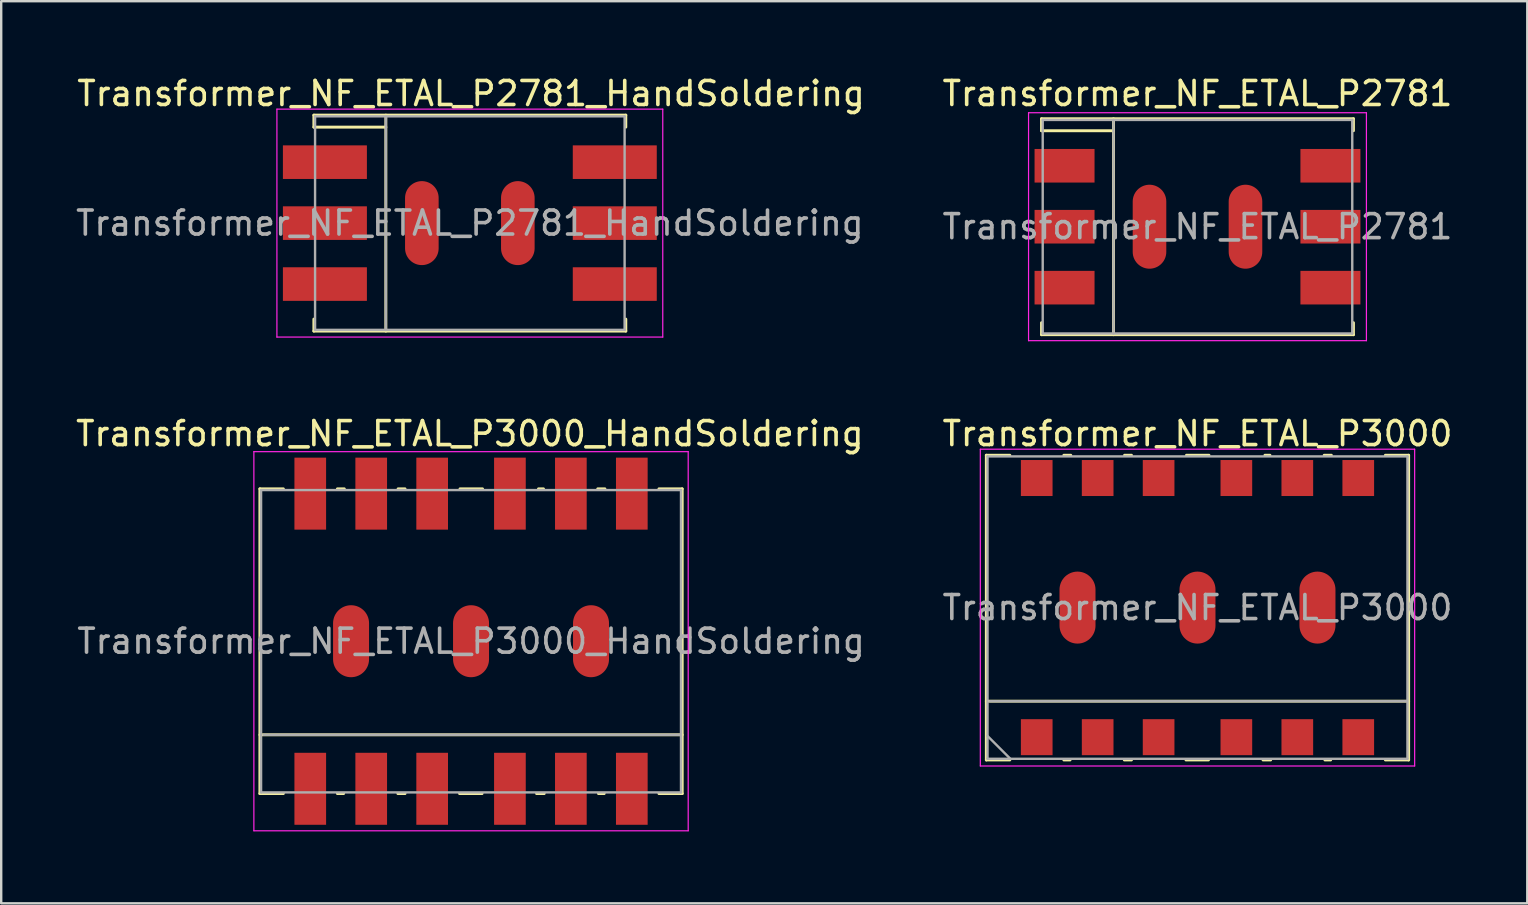
<source format=kicad_pcb>
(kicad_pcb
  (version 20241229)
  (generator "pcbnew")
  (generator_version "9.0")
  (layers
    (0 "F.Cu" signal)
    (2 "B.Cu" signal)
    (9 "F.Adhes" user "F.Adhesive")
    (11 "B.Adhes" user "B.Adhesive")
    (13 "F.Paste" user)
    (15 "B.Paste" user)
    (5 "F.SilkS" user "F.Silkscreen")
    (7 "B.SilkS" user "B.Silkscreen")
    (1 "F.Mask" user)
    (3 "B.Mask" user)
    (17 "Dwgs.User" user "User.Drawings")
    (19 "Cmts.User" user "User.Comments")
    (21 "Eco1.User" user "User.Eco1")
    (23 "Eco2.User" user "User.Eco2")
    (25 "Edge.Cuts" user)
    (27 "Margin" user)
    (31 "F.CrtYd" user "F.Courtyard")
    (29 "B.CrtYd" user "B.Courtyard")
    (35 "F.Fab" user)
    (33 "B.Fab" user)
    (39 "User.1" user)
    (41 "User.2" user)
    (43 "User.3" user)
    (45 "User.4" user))
  (footprint "Transformer_NF_ETAL_P2781_HandSoldering"
    (layer "F.Cu")
    (at 16.53 6.248)
    (property "Reference" "Transformer_NF_ETAL_P2781_HandSoldering" (at 0.05 -5.4 0) (layer "F.SilkS") (effects (font (size 1 1) (thickness 0.15))))
    (attr smd)
    (fp_line (start -6.5 -4.5) (end -6.5 -4) (stroke (width 0.12) (type solid)) (layer "F.SilkS"))
    (fp_line (start -6.5 -4.5) (end 6.5 -4.5) (stroke (width 0.12) (type solid)) (layer "F.SilkS"))
    (fp_line (start -6.5 -4) (end -3.5 -4) (stroke (width 0.12) (type solid)) (layer "F.SilkS"))
    (fp_line (start -6.5 4.5) (end -6.5 4) (stroke (width 0.12) (type solid)) (layer "F.SilkS"))
    (fp_line (start -3.5 -4.5) (end -3.5 4.5) (stroke (width 0.12) (type solid)) (layer "F.SilkS"))
    (fp_line (start 6.5 -4.5) (end 6.5 -4) (stroke (width 0.12) (type solid)) (layer "F.SilkS"))
    (fp_line (start 6.5 4.5) (end -6.5 4.5) (stroke (width 0.12) (type solid)) (layer "F.SilkS"))
    (fp_line (start 6.5 4.5) (end 6.5 4) (stroke (width 0.12) (type solid)) (layer "F.SilkS"))
    (fp_line (start -8.04 -4.75) (end -8.04 4.75) (stroke (width 0.05) (type solid)) (layer "F.CrtYd"))
    (fp_line (start -8.04 -4.75) (end 8.04 -4.75) (stroke (width 0.05) (type solid)) (layer "F.CrtYd"))
    (fp_line (start 8.04 4.75) (end -8.04 4.75) (stroke (width 0.05) (type solid)) (layer "F.CrtYd"))
    (fp_line (start 8.04 4.75) (end 8.04 -4.75) (stroke (width 0.05) (type solid)) (layer "F.CrtYd"))
    (fp_line (start -6.45 -4.45) (end -6.45 4.45) (stroke (width 0.1) (type solid)) (layer "F.Fab"))
    (fp_line (start -6.45 4.45) (end 6.45 4.45) (stroke (width 0.1) (type solid)) (layer "F.Fab"))
    (fp_line (start -3.5 -4.4) (end -3.5 4.45) (stroke (width 0.1) (type solid)) (layer "F.Fab"))
    (fp_line (start 6.45 -4.45) (end -6.45 -4.45) (stroke (width 0.1) (type solid)) (layer "F.Fab"))
    (fp_line (start 6.45 4.45) (end 6.45 -4.45) (stroke (width 0.1) (type solid)) (layer "F.Fab"))
    (fp_text user "${REFERENCE}" (at 0 0 0) (layer "F.Fab") (effects (font (size 1 1) (thickness 0.15))))
    (pad "1" smd rect (at -6.04 -2.54) (size 3.5 1.4) (layers "F.Cu" "F.Mask" "F.Paste"))
    (pad "2" smd rect (at -6.04 0) (size 3.5 1.4) (layers "F.Cu" "F.Mask" "F.Paste"))
    (pad "3" smd rect (at -6.04 2.54) (size 3.5 1.4) (layers "F.Cu" "F.Mask" "F.Paste"))
    (pad "4" smd rect (at 6.04 2.54) (size 3.5 1.4) (layers "F.Cu" "F.Mask" "F.Paste"))
    (pad "5" smd rect (at 6.04 0) (size 3.5 1.4) (layers "F.Cu" "F.Mask" "F.Paste"))
    (pad "6" smd rect (at 6.04 -2.54) (size 3.5 1.4) (layers "F.Cu" "F.Mask" "F.Paste"))
    (pad "7" smd oval (at -2 0 90) (size 3.5 1.4) (layers "F.Cu" "F.Mask" "F.Paste"))
    (pad "7" smd oval (at 2 0 90) (size 3.5 1.4) (layers "F.Cu" "F.Mask" "F.Paste")))
  (footprint "Transformer_NF_ETAL_P3000_HandSoldering"
    (layer "F.Cu")
    (at 16.58 23.672)
    (property "Reference" "Transformer_NF_ETAL_P3000_HandSoldering" (at -0.05 -8.65 0) (layer "F.SilkS") (effects (font (size 1 1) (thickness 0.15))))
    (attr smd)
    (fp_line (start -8.8 -6.35) (end -7.82 -6.35) (stroke (width 0.12) (type solid)) (layer "F.SilkS"))
    (fp_line (start -8.8 6.35) (end -8.8 -6.35) (stroke (width 0.12) (type solid)) (layer "F.SilkS"))
    (fp_line (start -7.82 6.35) (end -8.8 6.35) (stroke (width 0.12) (type solid)) (layer "F.SilkS"))
    (fp_line (start -5.57 -6.35) (end -5.28 -6.35) (stroke (width 0.12) (type solid)) (layer "F.SilkS"))
    (fp_line (start -5.31 6.35) (end -5.57 6.35) (stroke (width 0.12) (type solid)) (layer "F.SilkS"))
    (fp_line (start -3.04 -6.35) (end -2.75 -6.35) (stroke (width 0.12) (type solid)) (layer "F.SilkS"))
    (fp_line (start -2.75 6.35) (end -3.05 6.35) (stroke (width 0.12) (type solid)) (layer "F.SilkS"))
    (fp_line (start -0.46 -6.35) (end 0.48 -6.35) (stroke (width 0.12) (type solid)) (layer "F.SilkS"))
    (fp_line (start 0.46 6.35) (end -0.48 6.35) (stroke (width 0.12) (type solid)) (layer "F.SilkS"))
    (fp_line (start 2.81 -6.35) (end 3.02 -6.35) (stroke (width 0.12) (type solid)) (layer "F.SilkS"))
    (fp_line (start 3.05 6.35) (end 2.73 6.35) (stroke (width 0.12) (type solid)) (layer "F.SilkS"))
    (fp_line (start 5.28 -6.35) (end 5.58 -6.35) (stroke (width 0.12) (type solid)) (layer "F.SilkS"))
    (fp_line (start 5.55 6.35) (end 5.31 6.35) (stroke (width 0.12) (type solid)) (layer "F.SilkS"))
    (fp_line (start 8.8 -6.35) (end 7.83 -6.35) (stroke (width 0.12) (type solid)) (layer "F.SilkS"))
    (fp_line (start 8.8 -6.35) (end 8.8 6.35) (stroke (width 0.12) (type solid)) (layer "F.SilkS"))
    (fp_line (start 8.8 3.9) (end -8.8 3.9) (stroke (width 0.12) (type solid)) (layer "F.SilkS"))
    (fp_line (start 8.8 6.35) (end 7.83 6.35) (stroke (width 0.12) (type solid)) (layer "F.SilkS"))
    (fp_line (start -9.05 -7.9) (end -9.05 7.9) (stroke (width 0.05) (type solid)) (layer "F.CrtYd"))
    (fp_line (start -9.05 -7.9) (end 9.05 -7.9) (stroke (width 0.05) (type solid)) (layer "F.CrtYd"))
    (fp_line (start 9.05 7.9) (end -9.05 7.9) (stroke (width 0.05) (type solid)) (layer "F.CrtYd"))
    (fp_line (start 9.05 7.9) (end 9.05 -7.9) (stroke (width 0.05) (type solid)) (layer "F.CrtYd"))
    (fp_line (start -8.75 -6.3) (end 8.75 -6.3) (stroke (width 0.1) (type solid)) (layer "F.Fab"))
    (fp_line (start -8.75 6.3) (end -8.75 -6.3) (stroke (width 0.1) (type solid)) (layer "F.Fab"))
    (fp_line (start -8.65 3.9) (end 8.7 3.9) (stroke (width 0.1) (type solid)) (layer "F.Fab"))
    (fp_line (start 8.75 -6.3) (end 8.75 6.3) (stroke (width 0.1) (type solid)) (layer "F.Fab"))
    (fp_line (start 8.75 6.3) (end -8.75 6.3) (stroke (width 0.1) (type solid)) (layer "F.Fab"))
    (fp_text user "${REFERENCE}" (at 0 0 0) (layer "F.Fab") (effects (font (size 1 1) (thickness 0.15))))
    (pad "1" smd rect (at -6.7 6.15) (size 1.32 3) (layers "F.Cu" "F.Mask" "F.Paste"))
    (pad "2" smd rect (at -4.16 6.15) (size 1.32 3) (layers "F.Cu" "F.Mask" "F.Paste"))
    (pad "3" smd rect (at -1.62 6.15) (size 1.32 3) (layers "F.Cu" "F.Mask" "F.Paste"))
    (pad "4" smd rect (at 1.62 6.15) (size 1.32 3) (layers "F.Cu" "F.Mask" "F.Paste"))
    (pad "5" smd rect (at 4.16 6.15) (size 1.32 3) (layers "F.Cu" "F.Mask" "F.Paste"))
    (pad "6" smd rect (at 6.7 6.15) (size 1.32 3) (layers "F.Cu" "F.Mask" "F.Paste"))
    (pad "7" smd rect (at 6.7 -6.15) (size 1.32 3) (layers "F.Cu" "F.Mask" "F.Paste"))
    (pad "8" smd rect (at 4.16 -6.15) (size 1.32 3) (layers "F.Cu" "F.Mask" "F.Paste"))
    (pad "9" smd rect (at 1.62 -6.15) (size 1.32 3) (layers "F.Cu" "F.Mask" "F.Paste"))
    (pad "10" smd rect (at -1.62 -6.15) (size 1.32 3) (layers "F.Cu" "F.Mask" "F.Paste"))
    (pad "11" smd rect (at -4.16 -6.15) (size 1.32 3) (layers "F.Cu" "F.Mask" "F.Paste"))
    (pad "12" smd rect (at -6.7 -6.15) (size 1.32 3) (layers "F.Cu" "F.Mask" "F.Paste"))
    (pad "13" smd oval (at -5 0) (size 1.5 3) (layers "F.Cu" "F.Mask" "F.Paste"))
    (pad "13" smd oval (at 0 0) (size 1.5 3) (layers "F.Cu" "F.Mask" "F.Paste"))
    (pad "13" smd oval (at 5 0) (size 1.5 3) (layers "F.Cu" "F.Mask" "F.Paste")))
  (footprint "Transformer_NF_ETAL_P3000"
    (layer "F.Cu")
    (at 46.854 22.271)
    (property "Reference" "Transformer_NF_ETAL_P3000" (at 0 -7.25 0) (layer "F.SilkS") (effects (font (size 1 1) (thickness 0.15))))
    (attr smd)
    (fp_line (start -8.8 -6.35) (end -7.82 -6.35) (stroke (width 0.12) (type solid)) (layer "F.SilkS"))
    (fp_line (start -8.8 6.35) (end -8.8 -6.35) (stroke (width 0.12) (type solid)) (layer "F.SilkS"))
    (fp_line (start -7.82 6.35) (end -8.8 6.35) (stroke (width 0.12) (type solid)) (layer "F.SilkS"))
    (fp_line (start -5.57 -6.35) (end -5.28 -6.35) (stroke (width 0.12) (type solid)) (layer "F.SilkS"))
    (fp_line (start -5.31 6.35) (end -5.57 6.35) (stroke (width 0.12) (type solid)) (layer "F.SilkS"))
    (fp_line (start -3.04 -6.35) (end -2.75 -6.35) (stroke (width 0.12) (type solid)) (layer "F.SilkS"))
    (fp_line (start -2.75 6.35) (end -3.05 6.35) (stroke (width 0.12) (type solid)) (layer "F.SilkS"))
    (fp_line (start -0.46 -6.35) (end 0.48 -6.35) (stroke (width 0.12) (type solid)) (layer "F.SilkS"))
    (fp_line (start 0.46 6.35) (end -0.48 6.35) (stroke (width 0.12) (type solid)) (layer "F.SilkS"))
    (fp_line (start 2.81 -6.35) (end 3.02 -6.35) (stroke (width 0.12) (type solid)) (layer "F.SilkS"))
    (fp_line (start 3.05 6.35) (end 2.73 6.35) (stroke (width 0.12) (type solid)) (layer "F.SilkS"))
    (fp_line (start 5.28 -6.35) (end 5.58 -6.35) (stroke (width 0.12) (type solid)) (layer "F.SilkS"))
    (fp_line (start 5.55 6.35) (end 5.31 6.35) (stroke (width 0.12) (type solid)) (layer "F.SilkS"))
    (fp_line (start 8.8 -6.35) (end 7.83 -6.35) (stroke (width 0.12) (type solid)) (layer "F.SilkS"))
    (fp_line (start 8.8 -6.35) (end 8.8 6.35) (stroke (width 0.12) (type solid)) (layer "F.SilkS"))
    (fp_line (start 8.8 3.9) (end -8.8 3.9) (stroke (width 0.12) (type solid)) (layer "F.SilkS"))
    (fp_line (start 8.8 6.35) (end 7.83 6.35) (stroke (width 0.12) (type solid)) (layer "F.SilkS"))
    (fp_line (start -9.05 -6.6) (end -9.05 6.6) (stroke (width 0.05) (type solid)) (layer "F.CrtYd"))
    (fp_line (start -9.05 -6.6) (end 9.05 -6.6) (stroke (width 0.05) (type solid)) (layer "F.CrtYd"))
    (fp_line (start 9.05 6.6) (end -9.05 6.6) (stroke (width 0.05) (type solid)) (layer "F.CrtYd"))
    (fp_line (start 9.05 6.6) (end 9.05 -6.6) (stroke (width 0.05) (type solid)) (layer "F.CrtYd"))
    (fp_line (start -8.75 -6.3) (end 8.75 -6.3) (stroke (width 0.1) (type solid)) (layer "F.Fab"))
    (fp_line (start -8.75 6.3) (end -8.75 -6.3) (stroke (width 0.1) (type solid)) (layer "F.Fab"))
    (fp_line (start -8.65 3.9) (end 8.7 3.9) (stroke (width 0.1) (type solid)) (layer "F.Fab"))
    (fp_line (start -7.8 6.3) (end -8.75 5.35) (stroke (width 0.1) (type solid)) (layer "F.Fab"))
    (fp_line (start 8.75 -6.3) (end 8.75 6.3) (stroke (width 0.1) (type solid)) (layer "F.Fab"))
    (fp_line (start 8.75 6.3) (end -8.75 6.3) (stroke (width 0.1) (type solid)) (layer "F.Fab"))
    (fp_text user "${REFERENCE}" (at 0 0 0) (layer "F.Fab") (effects (font (size 1 1) (thickness 0.15))))
    (pad "1" smd rect (at -6.7 5.4) (size 1.32 1.5) (layers "F.Cu" "F.Mask" "F.Paste"))
    (pad "2" smd rect (at -4.16 5.4) (size 1.32 1.5) (layers "F.Cu" "F.Mask" "F.Paste"))
    (pad "3" smd rect (at -1.62 5.4) (size 1.32 1.5) (layers "F.Cu" "F.Mask" "F.Paste"))
    (pad "4" smd rect (at 1.62 5.4) (size 1.32 1.5) (layers "F.Cu" "F.Mask" "F.Paste"))
    (pad "5" smd rect (at 4.16 5.4) (size 1.32 1.5) (layers "F.Cu" "F.Mask" "F.Paste"))
    (pad "6" smd rect (at 6.7 5.4) (size 1.32 1.5) (layers "F.Cu" "F.Mask" "F.Paste"))
    (pad "7" smd rect (at 6.7 -5.4) (size 1.32 1.5) (layers "F.Cu" "F.Mask" "F.Paste"))
    (pad "8" smd rect (at 4.16 -5.4) (size 1.32 1.5) (layers "F.Cu" "F.Mask" "F.Paste"))
    (pad "9" smd rect (at 1.62 -5.4) (size 1.32 1.5) (layers "F.Cu" "F.Mask" "F.Paste"))
    (pad "10" smd rect (at -1.62 -5.4) (size 1.32 1.5) (layers "F.Cu" "F.Mask" "F.Paste"))
    (pad "11" smd rect (at -4.16 -5.4) (size 1.32 1.5) (layers "F.Cu" "F.Mask" "F.Paste"))
    (pad "12" smd rect (at -6.7 -5.4) (size 1.32 1.5) (layers "F.Cu" "F.Mask" "F.Paste"))
    (pad "13" smd oval (at -5 0) (size 1.5 3) (layers "F.Cu" "F.Mask" "F.Paste"))
    (pad "13" smd oval (at 0 0) (size 1.5 3) (layers "F.Cu" "F.Mask" "F.Paste"))
    (pad "13" smd oval (at 5 0) (size 1.5 3) (layers "F.Cu" "F.Mask" "F.Paste")))
  (footprint "Transformer_NF_ETAL_P2781"
    (layer "F.Cu")
    (at 46.854 6.398)
    (property "Reference" "Transformer_NF_ETAL_P2781" (at 0 -5.55 0) (layer "F.SilkS") (effects (font (size 1 1) (thickness 0.15))))
    (attr smd)
    (fp_line (start -6.5 -4.5) (end -6.5 -4) (stroke (width 0.12) (type solid)) (layer "F.SilkS"))
    (fp_line (start -6.5 -4.5) (end 6.5 -4.5) (stroke (width 0.12) (type solid)) (layer "F.SilkS"))
    (fp_line (start -6.5 -4) (end -3.5 -4) (stroke (width 0.12) (type solid)) (layer "F.SilkS"))
    (fp_line (start -6.5 4.5) (end -6.5 4) (stroke (width 0.12) (type solid)) (layer "F.SilkS"))
    (fp_line (start -3.5 -4.5) (end -3.5 4.5) (stroke (width 0.12) (type solid)) (layer "F.SilkS"))
    (fp_line (start 6.5 -4.5) (end 6.5 -4) (stroke (width 0.12) (type solid)) (layer "F.SilkS"))
    (fp_line (start 6.5 4.5) (end -6.5 4.5) (stroke (width 0.12) (type solid)) (layer "F.SilkS"))
    (fp_line (start 6.5 4.5) (end 6.5 4) (stroke (width 0.12) (type solid)) (layer "F.SilkS"))
    (fp_line (start -7.04 -4.75) (end -7.04 4.75) (stroke (width 0.05) (type solid)) (layer "F.CrtYd"))
    (fp_line (start -7.04 -4.75) (end 7.04 -4.75) (stroke (width 0.05) (type solid)) (layer "F.CrtYd"))
    (fp_line (start 7.04 4.75) (end -7.04 4.75) (stroke (width 0.05) (type solid)) (layer "F.CrtYd"))
    (fp_line (start 7.04 4.75) (end 7.04 -4.75) (stroke (width 0.05) (type solid)) (layer "F.CrtYd"))
    (fp_line (start -6.45 -4.45) (end 6.45 -4.45) (stroke (width 0.1) (type solid)) (layer "F.Fab"))
    (fp_line (start -6.45 4.45) (end -6.45 -4.45) (stroke (width 0.1) (type solid)) (layer "F.Fab"))
    (fp_line (start -3.5 -4.45) (end -3.5 4.45) (stroke (width 0.1) (type solid)) (layer "F.Fab"))
    (fp_line (start 6.45 -4.45) (end 6.45 4.45) (stroke (width 0.1) (type solid)) (layer "F.Fab"))
    (fp_line (start 6.45 4.45) (end -6.45 4.45) (stroke (width 0.1) (type solid)) (layer "F.Fab"))
    (fp_text user "${REFERENCE}" (at 0 0 0) (layer "F.Fab") (effects (font (size 1 1) (thickness 0.15))))
    (pad "1" smd rect (at -5.54 -2.54) (size 2.5 1.4) (layers "F.Cu" "F.Mask" "F.Paste"))
    (pad "2" smd rect (at -5.54 0) (size 2.5 1.4) (layers "F.Cu" "F.Mask" "F.Paste"))
    (pad "3" smd rect (at -5.54 2.54) (size 2.5 1.4) (layers "F.Cu" "F.Mask" "F.Paste"))
    (pad "4" smd rect (at 5.54 2.54) (size 2.5 1.4) (layers "F.Cu" "F.Mask" "F.Paste"))
    (pad "5" smd rect (at 5.54 0) (size 2.5 1.4) (layers "F.Cu" "F.Mask" "F.Paste"))
    (pad "6" smd rect (at 5.54 -2.54) (size 2.5 1.4) (layers "F.Cu" "F.Mask" "F.Paste"))
    (pad "7" smd oval (at -2 0 90) (size 3.5 1.4) (layers "F.Cu" "F.Mask" "F.Paste"))
    (pad "7" smd oval (at 2 0 90) (size 3.5 1.4) (layers "F.Cu" "F.Mask" "F.Paste")))
  (gr_rect
    (start -3 -3)
    (end 60.598 34.596)
    (stroke (width 0.1) (type default))
    (fill no)
    (layer "Edge.Cuts")))
</source>
